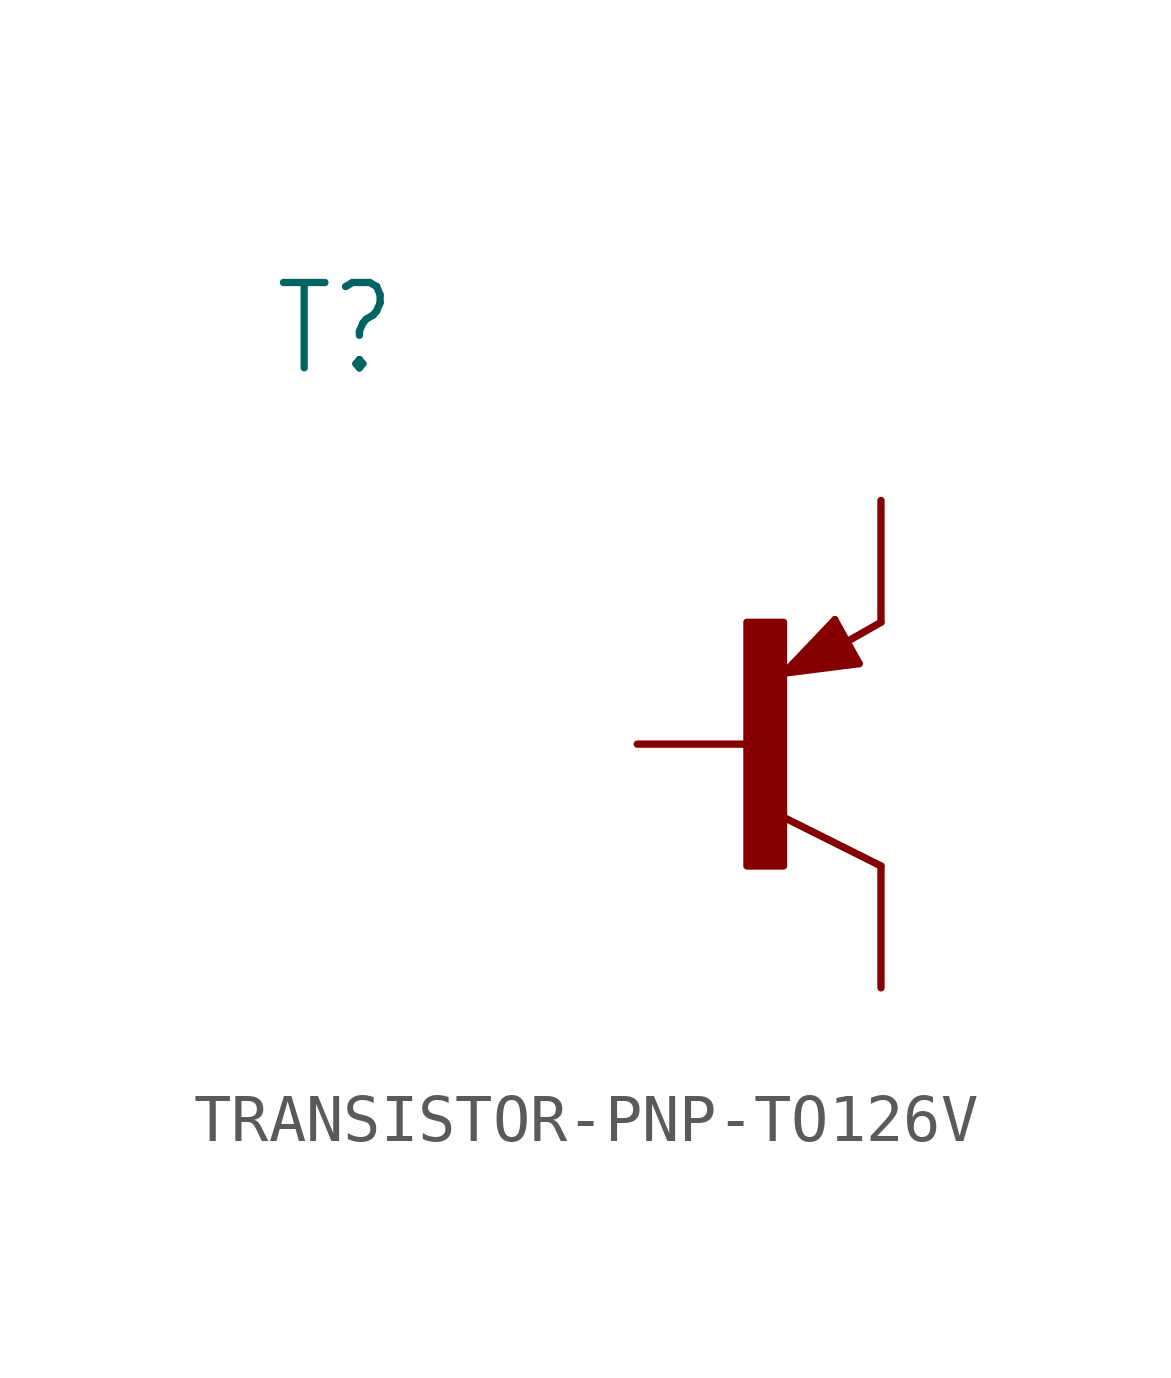
<source format=kicad_sym>
(kicad_symbol_lib
  (version 20231120)
  (generator "kicad_symbol_editor")
  (generator_version "8.0")
  (symbol "TRANSISTOR-PNP-TO126V"
    (property "Reference" "T"
      (at -10.16 7.62 0)
      (effects (font (size 1.778 1.511)) (justify left bottom)))
    (property "Value" ""
      (at -10.16 5.08 0)
      (effects (font (size 1.778 1.511)) (justify left bottom)))
    (property "ki_locked" ""
      (at 0 0 0)
      (effects (font (size 1.27 1.27))))
    (symbol "TRANSISTOR-PNP-TO126V_1_0"
      (rectangle (start -0.254 -2.54) (end 0.508 2.54) (stroke (width 0) (type default)) (fill (type outline)))
      (polyline (pts (xy 0.516 1.478) (xy 2.086 1.678)) (stroke (width 0.152) (type solid)) (fill (type none)))
      (polyline (pts (xy 0.762 1.651) (xy 1.778 1.778)) (stroke (width 0.254) (type solid)) (fill (type none)))
      (polyline (pts (xy 1.143 1.905) (xy 1.524 1.905)) (stroke (width 0.254) (type solid)) (fill (type none)))
      (polyline (pts (xy 1.524 2.159) (xy 1.143 1.905)) (stroke (width 0.254) (type solid)) (fill (type none)))
      (polyline (pts (xy 1.524 2.413) (xy 0.762 1.651)) (stroke (width 0.254) (type solid)) (fill (type none)))
      (polyline (pts (xy 1.578 2.594) (xy 0.516 1.478)) (stroke (width 0.152) (type solid)) (fill (type none)))
      (polyline (pts (xy 1.778 1.778) (xy 1.524 2.159)) (stroke (width 0.254) (type solid)) (fill (type none)))
      (polyline (pts (xy 1.905 1.778) (xy 1.524 2.413)) (stroke (width 0.254) (type solid)) (fill (type none)))
      (polyline (pts (xy 2.086 1.678) (xy 1.578 2.594)) (stroke (width 0.152) (type solid)) (fill (type none)))
      (polyline (pts (xy 2.54 -2.54) (xy 0.508 -1.524)) (stroke (width 0.152) (type solid)) (fill (type none)))
      (polyline (pts (xy 2.54 2.54) (xy 1.808 2.124)) (stroke (width 0.152) (type solid)) (fill (type none)))
      (pin passive line (at 2.54 5.08 270) (length 2.54) (name "E" (effects (font (size 0 0)))) (number "1" (effects (font (size 0 0)))))
      (pin passive line (at 2.54 -5.08 90) (length 2.54) (name "C" (effects (font (size 0 0)))) (number "2" (effects (font (size 0 0)))))
      (pin passive line (at -2.54 0 0) (length 2.54) (name "B" (effects (font (size 0 0)))) (number "3" (effects (font (size 0 0))))))))
</source>
